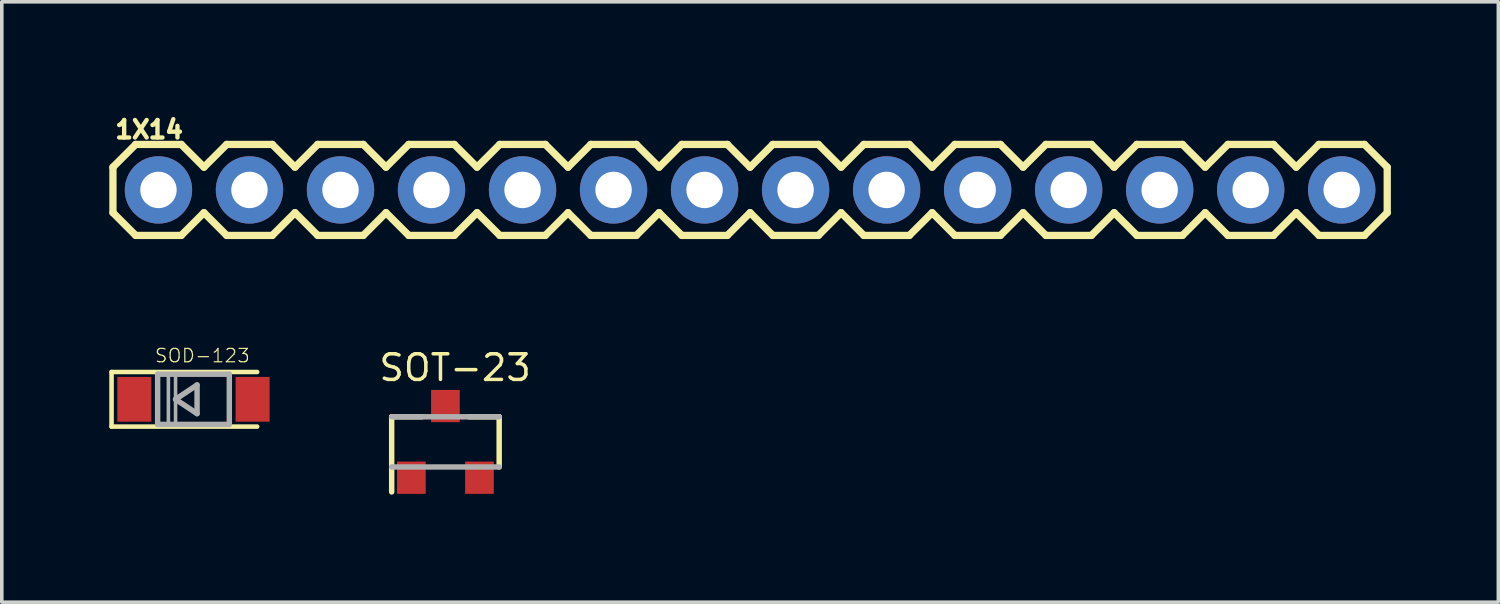
<source format=kicad_pcb>
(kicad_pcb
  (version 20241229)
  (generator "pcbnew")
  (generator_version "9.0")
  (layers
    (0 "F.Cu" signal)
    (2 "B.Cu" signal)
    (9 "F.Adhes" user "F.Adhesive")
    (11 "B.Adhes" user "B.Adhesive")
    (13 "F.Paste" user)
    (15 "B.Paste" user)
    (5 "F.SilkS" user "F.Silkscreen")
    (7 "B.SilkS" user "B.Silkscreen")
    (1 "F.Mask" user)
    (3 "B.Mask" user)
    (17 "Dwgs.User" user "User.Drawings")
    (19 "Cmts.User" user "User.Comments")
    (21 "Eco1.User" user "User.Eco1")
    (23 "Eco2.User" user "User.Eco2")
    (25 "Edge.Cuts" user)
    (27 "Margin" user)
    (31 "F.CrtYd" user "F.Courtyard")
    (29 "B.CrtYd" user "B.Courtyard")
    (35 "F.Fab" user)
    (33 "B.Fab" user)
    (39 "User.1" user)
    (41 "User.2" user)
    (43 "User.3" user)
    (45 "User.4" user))
  (footprint "1X14"
    (layer "F.Cu")
    (at 1.372 2.25)
    (property "Reference" "1X14" (at -1.27 -1.397 0) (layer "F.SilkS") (effects (font (size 0.488 0.488) (thickness 0.122)) (justify left bottom)))
    (fp_line (start -1.27 -0.635) (end -1.27 0.635) (stroke (width 0.203) (type solid)) (layer "F.SilkS"))
    (fp_line (start -1.27 0.635) (end -0.635 1.27) (stroke (width 0.203) (type solid)) (layer "F.SilkS"))
    (fp_line (start -0.635 -1.27) (end -1.27 -0.635) (stroke (width 0.203) (type solid)) (layer "F.SilkS"))
    (fp_line (start -0.635 -1.27) (end 0.635 -1.27) (stroke (width 0.203) (type solid)) (layer "F.SilkS"))
    (fp_line (start 0.635 -1.27) (end 1.27 -0.635) (stroke (width 0.203) (type solid)) (layer "F.SilkS"))
    (fp_line (start 0.635 1.27) (end -0.635 1.27) (stroke (width 0.203) (type solid)) (layer "F.SilkS"))
    (fp_line (start 1.27 -0.635) (end 1.905 -1.27) (stroke (width 0.203) (type solid)) (layer "F.SilkS"))
    (fp_line (start 1.27 0.635) (end 0.635 1.27) (stroke (width 0.203) (type solid)) (layer "F.SilkS"))
    (fp_line (start 1.905 -1.27) (end 3.175 -1.27) (stroke (width 0.203) (type solid)) (layer "F.SilkS"))
    (fp_line (start 1.905 1.27) (end 1.27 0.635) (stroke (width 0.203) (type solid)) (layer "F.SilkS"))
    (fp_line (start 3.175 -1.27) (end 3.81 -0.635) (stroke (width 0.203) (type solid)) (layer "F.SilkS"))
    (fp_line (start 3.175 1.27) (end 1.905 1.27) (stroke (width 0.203) (type solid)) (layer "F.SilkS"))
    (fp_line (start 3.81 -0.635) (end 4.445 -1.27) (stroke (width 0.203) (type solid)) (layer "F.SilkS"))
    (fp_line (start 3.81 0.635) (end 3.175 1.27) (stroke (width 0.203) (type solid)) (layer "F.SilkS"))
    (fp_line (start 4.445 -1.27) (end 5.715 -1.27) (stroke (width 0.203) (type solid)) (layer "F.SilkS"))
    (fp_line (start 4.445 1.27) (end 3.81 0.635) (stroke (width 0.203) (type solid)) (layer "F.SilkS"))
    (fp_line (start 5.715 -1.27) (end 6.35 -0.635) (stroke (width 0.203) (type solid)) (layer "F.SilkS"))
    (fp_line (start 5.715 1.27) (end 4.445 1.27) (stroke (width 0.203) (type solid)) (layer "F.SilkS"))
    (fp_line (start 6.35 0.635) (end 5.715 1.27) (stroke (width 0.203) (type solid)) (layer "F.SilkS"))
    (fp_line (start 6.35 0.635) (end 6.985 1.27) (stroke (width 0.203) (type solid)) (layer "F.SilkS"))
    (fp_line (start 6.985 -1.27) (end 6.35 -0.635) (stroke (width 0.203) (type solid)) (layer "F.SilkS"))
    (fp_line (start 6.985 -1.27) (end 8.255 -1.27) (stroke (width 0.203) (type solid)) (layer "F.SilkS"))
    (fp_line (start 8.255 -1.27) (end 8.89 -0.635) (stroke (width 0.203) (type solid)) (layer "F.SilkS"))
    (fp_line (start 8.255 1.27) (end 6.985 1.27) (stroke (width 0.203) (type solid)) (layer "F.SilkS"))
    (fp_line (start 8.89 -0.635) (end 9.525 -1.27) (stroke (width 0.203) (type solid)) (layer "F.SilkS"))
    (fp_line (start 8.89 0.635) (end 8.255 1.27) (stroke (width 0.203) (type solid)) (layer "F.SilkS"))
    (fp_line (start 9.525 -1.27) (end 10.795 -1.27) (stroke (width 0.203) (type solid)) (layer "F.SilkS"))
    (fp_line (start 9.525 1.27) (end 8.89 0.635) (stroke (width 0.203) (type solid)) (layer "F.SilkS"))
    (fp_line (start 10.795 -1.27) (end 11.43 -0.635) (stroke (width 0.203) (type solid)) (layer "F.SilkS"))
    (fp_line (start 10.795 1.27) (end 9.525 1.27) (stroke (width 0.203) (type solid)) (layer "F.SilkS"))
    (fp_line (start 11.43 -0.635) (end 12.065 -1.27) (stroke (width 0.203) (type solid)) (layer "F.SilkS"))
    (fp_line (start 11.43 0.635) (end 10.795 1.27) (stroke (width 0.203) (type solid)) (layer "F.SilkS"))
    (fp_line (start 12.065 -1.27) (end 13.335 -1.27) (stroke (width 0.203) (type solid)) (layer "F.SilkS"))
    (fp_line (start 12.065 1.27) (end 11.43 0.635) (stroke (width 0.203) (type solid)) (layer "F.SilkS"))
    (fp_line (start 13.335 -1.27) (end 13.97 -0.635) (stroke (width 0.203) (type solid)) (layer "F.SilkS"))
    (fp_line (start 13.335 1.27) (end 12.065 1.27) (stroke (width 0.203) (type solid)) (layer "F.SilkS"))
    (fp_line (start 13.97 0.635) (end 13.335 1.27) (stroke (width 0.203) (type solid)) (layer "F.SilkS"))
    (fp_line (start 13.97 0.635) (end 14.605 1.27) (stroke (width 0.203) (type solid)) (layer "F.SilkS"))
    (fp_line (start 14.605 -1.27) (end 13.97 -0.635) (stroke (width 0.203) (type solid)) (layer "F.SilkS"))
    (fp_line (start 14.605 -1.27) (end 15.875 -1.27) (stroke (width 0.203) (type solid)) (layer "F.SilkS"))
    (fp_line (start 15.875 -1.27) (end 16.51 -0.635) (stroke (width 0.203) (type solid)) (layer "F.SilkS"))
    (fp_line (start 15.875 1.27) (end 14.605 1.27) (stroke (width 0.203) (type solid)) (layer "F.SilkS"))
    (fp_line (start 16.51 0.635) (end 15.875 1.27) (stroke (width 0.203) (type solid)) (layer "F.SilkS"))
    (fp_line (start 16.51 0.635) (end 17.145 1.27) (stroke (width 0.203) (type solid)) (layer "F.SilkS"))
    (fp_line (start 17.145 -1.27) (end 16.51 -0.635) (stroke (width 0.203) (type solid)) (layer "F.SilkS"))
    (fp_line (start 17.145 -1.27) (end 18.415 -1.27) (stroke (width 0.203) (type solid)) (layer "F.SilkS"))
    (fp_line (start 18.415 -1.27) (end 19.05 -0.635) (stroke (width 0.203) (type solid)) (layer "F.SilkS"))
    (fp_line (start 18.415 1.27) (end 17.145 1.27) (stroke (width 0.203) (type solid)) (layer "F.SilkS"))
    (fp_line (start 19.05 -0.635) (end 19.685 -1.27) (stroke (width 0.203) (type solid)) (layer "F.SilkS"))
    (fp_line (start 19.05 0.635) (end 18.415 1.27) (stroke (width 0.203) (type solid)) (layer "F.SilkS"))
    (fp_line (start 19.685 -1.27) (end 20.955 -1.27) (stroke (width 0.203) (type solid)) (layer "F.SilkS"))
    (fp_line (start 19.685 1.27) (end 19.05 0.635) (stroke (width 0.203) (type solid)) (layer "F.SilkS"))
    (fp_line (start 20.955 -1.27) (end 21.59 -0.635) (stroke (width 0.203) (type solid)) (layer "F.SilkS"))
    (fp_line (start 20.955 1.27) (end 19.685 1.27) (stroke (width 0.203) (type solid)) (layer "F.SilkS"))
    (fp_line (start 21.59 -0.635) (end 22.225 -1.27) (stroke (width 0.203) (type solid)) (layer "F.SilkS"))
    (fp_line (start 21.59 0.635) (end 20.955 1.27) (stroke (width 0.203) (type solid)) (layer "F.SilkS"))
    (fp_line (start 22.225 -1.27) (end 23.495 -1.27) (stroke (width 0.203) (type solid)) (layer "F.SilkS"))
    (fp_line (start 22.225 1.27) (end 21.59 0.635) (stroke (width 0.203) (type solid)) (layer "F.SilkS"))
    (fp_line (start 23.495 -1.27) (end 24.13 -0.635) (stroke (width 0.203) (type solid)) (layer "F.SilkS"))
    (fp_line (start 23.495 1.27) (end 22.225 1.27) (stroke (width 0.203) (type solid)) (layer "F.SilkS"))
    (fp_line (start 24.13 0.635) (end 23.495 1.27) (stroke (width 0.203) (type solid)) (layer "F.SilkS"))
    (fp_line (start 24.13 0.635) (end 24.765 1.27) (stroke (width 0.203) (type solid)) (layer "F.SilkS"))
    (fp_line (start 24.765 -1.27) (end 24.13 -0.635) (stroke (width 0.203) (type solid)) (layer "F.SilkS"))
    (fp_line (start 24.765 -1.27) (end 26.035 -1.27) (stroke (width 0.203) (type solid)) (layer "F.SilkS"))
    (fp_line (start 26.035 -1.27) (end 26.67 -0.635) (stroke (width 0.203) (type solid)) (layer "F.SilkS"))
    (fp_line (start 26.035 1.27) (end 24.765 1.27) (stroke (width 0.203) (type solid)) (layer "F.SilkS"))
    (fp_line (start 26.67 -0.635) (end 27.305 -1.27) (stroke (width 0.203) (type solid)) (layer "F.SilkS"))
    (fp_line (start 26.67 0.635) (end 26.035 1.27) (stroke (width 0.203) (type solid)) (layer "F.SilkS"))
    (fp_line (start 27.305 -1.27) (end 28.575 -1.27) (stroke (width 0.203) (type solid)) (layer "F.SilkS"))
    (fp_line (start 27.305 1.27) (end 26.67 0.635) (stroke (width 0.203) (type solid)) (layer "F.SilkS"))
    (fp_line (start 28.575 -1.27) (end 29.21 -0.635) (stroke (width 0.203) (type solid)) (layer "F.SilkS"))
    (fp_line (start 28.575 1.27) (end 27.305 1.27) (stroke (width 0.203) (type solid)) (layer "F.SilkS"))
    (fp_line (start 29.21 -0.635) (end 29.845 -1.27) (stroke (width 0.203) (type solid)) (layer "F.SilkS"))
    (fp_line (start 29.21 0.635) (end 28.575 1.27) (stroke (width 0.203) (type solid)) (layer "F.SilkS"))
    (fp_line (start 29.845 -1.27) (end 31.115 -1.27) (stroke (width 0.203) (type solid)) (layer "F.SilkS"))
    (fp_line (start 29.845 1.27) (end 29.21 0.635) (stroke (width 0.203) (type solid)) (layer "F.SilkS"))
    (fp_line (start 31.115 -1.27) (end 31.75 -0.635) (stroke (width 0.203) (type solid)) (layer "F.SilkS"))
    (fp_line (start 31.115 1.27) (end 29.845 1.27) (stroke (width 0.203) (type solid)) (layer "F.SilkS"))
    (fp_line (start 31.75 0.635) (end 31.115 1.27) (stroke (width 0.203) (type solid)) (layer "F.SilkS"))
    (fp_line (start 31.75 0.635) (end 32.385 1.27) (stroke (width 0.203) (type solid)) (layer "F.SilkS"))
    (fp_line (start 32.385 -1.27) (end 31.75 -0.635) (stroke (width 0.203) (type solid)) (layer "F.SilkS"))
    (fp_line (start 32.385 -1.27) (end 33.655 -1.27) (stroke (width 0.203) (type solid)) (layer "F.SilkS"))
    (fp_line (start 33.655 -1.27) (end 34.29 -0.635) (stroke (width 0.203) (type solid)) (layer "F.SilkS"))
    (fp_line (start 33.655 1.27) (end 32.385 1.27) (stroke (width 0.203) (type solid)) (layer "F.SilkS"))
    (fp_line (start 34.29 -0.635) (end 34.29 0.635) (stroke (width 0.203) (type solid)) (layer "F.SilkS"))
    (fp_line (start 34.29 0.635) (end 33.655 1.27) (stroke (width 0.203) (type solid)) (layer "F.SilkS"))
    (fp_poly (pts (xy -0.254 0.254) (xy 0.254 0.254) (xy 0.254 -0.254) (xy -0.254 -0.254)) (stroke (width 0.1) (type solid)) (fill no) (layer "F.Fab"))
    (fp_poly (pts (xy 2.286 0.254) (xy 2.794 0.254) (xy 2.794 -0.254) (xy 2.286 -0.254)) (stroke (width 0.1) (type solid)) (fill no) (layer "F.Fab"))
    (fp_poly (pts (xy 4.826 0.254) (xy 5.334 0.254) (xy 5.334 -0.254) (xy 4.826 -0.254)) (stroke (width 0.1) (type solid)) (fill no) (layer "F.Fab"))
    (fp_poly (pts (xy 7.366 0.254) (xy 7.874 0.254) (xy 7.874 -0.254) (xy 7.366 -0.254)) (stroke (width 0.1) (type solid)) (fill no) (layer "F.Fab"))
    (fp_poly (pts (xy 9.906 0.254) (xy 10.414 0.254) (xy 10.414 -0.254) (xy 9.906 -0.254)) (stroke (width 0.1) (type solid)) (fill no) (layer "F.Fab"))
    (fp_poly (pts (xy 12.446 0.254) (xy 12.954 0.254) (xy 12.954 -0.254) (xy 12.446 -0.254)) (stroke (width 0.1) (type solid)) (fill no) (layer "F.Fab"))
    (fp_poly (pts (xy 14.986 0.254) (xy 15.494 0.254) (xy 15.494 -0.254) (xy 14.986 -0.254)) (stroke (width 0.1) (type solid)) (fill no) (layer "F.Fab"))
    (fp_poly (pts (xy 17.526 0.254) (xy 18.034 0.254) (xy 18.034 -0.254) (xy 17.526 -0.254)) (stroke (width 0.1) (type solid)) (fill no) (layer "F.Fab"))
    (fp_poly (pts (xy 20.066 0.254) (xy 20.574 0.254) (xy 20.574 -0.254) (xy 20.066 -0.254)) (stroke (width 0.1) (type solid)) (fill no) (layer "F.Fab"))
    (fp_poly (pts (xy 22.606 0.254) (xy 23.114 0.254) (xy 23.114 -0.254) (xy 22.606 -0.254)) (stroke (width 0.1) (type solid)) (fill no) (layer "F.Fab"))
    (fp_poly (pts (xy 25.146 0.254) (xy 25.654 0.254) (xy 25.654 -0.254) (xy 25.146 -0.254)) (stroke (width 0.1) (type solid)) (fill no) (layer "F.Fab"))
    (fp_poly (pts (xy 27.686 0.254) (xy 28.194 0.254) (xy 28.194 -0.254) (xy 27.686 -0.254)) (stroke (width 0.1) (type solid)) (fill no) (layer "F.Fab"))
    (fp_poly (pts (xy 30.226 0.254) (xy 30.734 0.254) (xy 30.734 -0.254) (xy 30.226 -0.254)) (stroke (width 0.1) (type solid)) (fill no) (layer "F.Fab"))
    (fp_poly (pts (xy 32.766 0.254) (xy 33.274 0.254) (xy 33.274 -0.254) (xy 32.766 -0.254)) (stroke (width 0.1) (type solid)) (fill no) (layer "F.Fab"))
    (pad "1" thru_hole circle (at 0 0 90) (size 1.88 1.88) (drill 1.016) (layers "*.Cu" "*.Mask"))
    (pad "2" thru_hole circle (at 2.54 0 90) (size 1.88 1.88) (drill 1.016) (layers "*.Cu" "*.Mask"))
    (pad "3" thru_hole circle (at 5.08 0 90) (size 1.88 1.88) (drill 1.016) (layers "*.Cu" "*.Mask"))
    (pad "4" thru_hole circle (at 7.62 0 90) (size 1.88 1.88) (drill 1.016) (layers "*.Cu" "*.Mask"))
    (pad "5" thru_hole circle (at 10.16 0 90) (size 1.88 1.88) (drill 1.016) (layers "*.Cu" "*.Mask"))
    (pad "6" thru_hole circle (at 12.7 0 90) (size 1.88 1.88) (drill 1.016) (layers "*.Cu" "*.Mask"))
    (pad "7" thru_hole circle (at 15.24 0 90) (size 1.88 1.88) (drill 1.016) (layers "*.Cu" "*.Mask"))
    (pad "8" thru_hole circle (at 17.78 0 90) (size 1.88 1.88) (drill 1.016) (layers "*.Cu" "*.Mask"))
    (pad "9" thru_hole circle (at 20.32 0 90) (size 1.88 1.88) (drill 1.016) (layers "*.Cu" "*.Mask"))
    (pad "10" thru_hole circle (at 22.86 0 90) (size 1.88 1.88) (drill 1.016) (layers "*.Cu" "*.Mask"))
    (pad "11" thru_hole circle (at 25.4 0 90) (size 1.88 1.88) (drill 1.016) (layers "*.Cu" "*.Mask"))
    (pad "12" thru_hole circle (at 27.94 0 90) (size 1.88 1.88) (drill 1.016) (layers "*.Cu" "*.Mask"))
    (pad "13" thru_hole circle (at 30.48 0 90) (size 1.88 1.88) (drill 1.016) (layers "*.Cu" "*.Mask"))
    (pad "14" thru_hole circle (at 33.02 0 90) (size 1.88 1.88) (drill 1.016) (layers "*.Cu" "*.Mask")))
  (footprint "SOD-123"
    (layer "F.Cu")
    (at 2.349 8.093)
    (property "Reference" "SOD-123" (at -1.1 -1 0) (layer "F.SilkS") (effects (font (size 0.374 0.374) (thickness 0.033)) (justify left bottom)))
    (fp_line (start -2.286 -0.762) (end 1.778 -0.762) (stroke (width 0.127) (type solid)) (layer "F.SilkS"))
    (fp_line (start -2.286 0.762) (end -2.286 -0.762) (stroke (width 0.127) (type solid)) (layer "F.SilkS"))
    (fp_line (start 1.778 0.762) (end -2.286 0.762) (stroke (width 0.127) (type solid)) (layer "F.SilkS"))
    (fp_line (start -1 -0.7) (end 1 -0.7) (stroke (width 0.152) (type solid)) (layer "F.Fab"))
    (fp_line (start -1 0.7) (end -1 -0.7) (stroke (width 0.152) (type solid)) (layer "F.Fab"))
    (fp_line (start -0.5 0) (end 0.1 -0.4) (stroke (width 0.152) (type solid)) (layer "F.Fab"))
    (fp_line (start 0.1 -0.4) (end 0.1 0.4) (stroke (width 0.152) (type solid)) (layer "F.Fab"))
    (fp_line (start 0.1 0.4) (end -0.5 0) (stroke (width 0.152) (type solid)) (layer "F.Fab"))
    (fp_line (start 1 -0.7) (end 1 0.7) (stroke (width 0.152) (type solid)) (layer "F.Fab"))
    (fp_line (start 1 0.7) (end -1 0.7) (stroke (width 0.152) (type solid)) (layer "F.Fab"))
    (fp_poly (pts (xy -0.7 0.7) (xy -0.5 0.7) (xy -0.5 -0.7) (xy -0.7 -0.7)) (stroke (width 0.1) (type solid)) (fill no) (layer "F.Fab"))
    (pad "A" smd rect (at 1.65 0) (size 0.95 1.25) (layers "F.Cu" "F.Mask" "F.Paste"))
    (pad "C" smd rect (at -1.65 0) (size 0.95 1.25) (layers "F.Cu" "F.Mask" "F.Paste")))
  (footprint "SOT-23"
    (layer "F.Cu")
    (at 9.38 9.281)
    (property "Reference" "SOT-23" (at -1.905 -1.651 0) (layer "F.SilkS") (effects (font (size 0.715 0.715) (thickness 0.098)) (justify left bottom)))
    (fp_line (start -1.5 -0.7) (end -1.5 1.397) (stroke (width 0.152) (type solid)) (layer "F.SilkS"))
    (fp_line (start -1.5 -0.7) (end -0.659 -0.7) (stroke (width 0.152) (type solid)) (layer "F.SilkS"))
    (fp_line (start 0.659 -0.7) (end 1.5 -0.7) (stroke (width 0.152) (type solid)) (layer "F.SilkS"))
    (fp_line (start 1.5 -0.7) (end 1.5 0.7) (stroke (width 0.152) (type solid)) (layer "F.SilkS"))
    (fp_line (start -1.5 -0.7) (end 1.5 -0.7) (stroke (width 0.152) (type solid)) (layer "F.Fab"))
    (fp_line (start 1.5 0.7) (end -1.5 0.7) (stroke (width 0.152) (type solid)) (layer "F.Fab"))
    (pad "B" smd rect (at -0.95 1 90) (size 0.9 0.8) (layers "F.Cu" "F.Mask" "F.Paste"))
    (pad "C" smd rect (at 0 -1 90) (size 0.9 0.8) (layers "F.Cu" "F.Mask" "F.Paste"))
    (pad "E" smd rect (at 0.95 1 90) (size 0.9 0.8) (layers "F.Cu" "F.Mask" "F.Paste")))
  (gr_rect
    (start -3 -3)
    (end 38.763 13.754)
    (stroke (width 0.1) (type default))
    (fill no)
    (layer "Edge.Cuts")))
</source>
